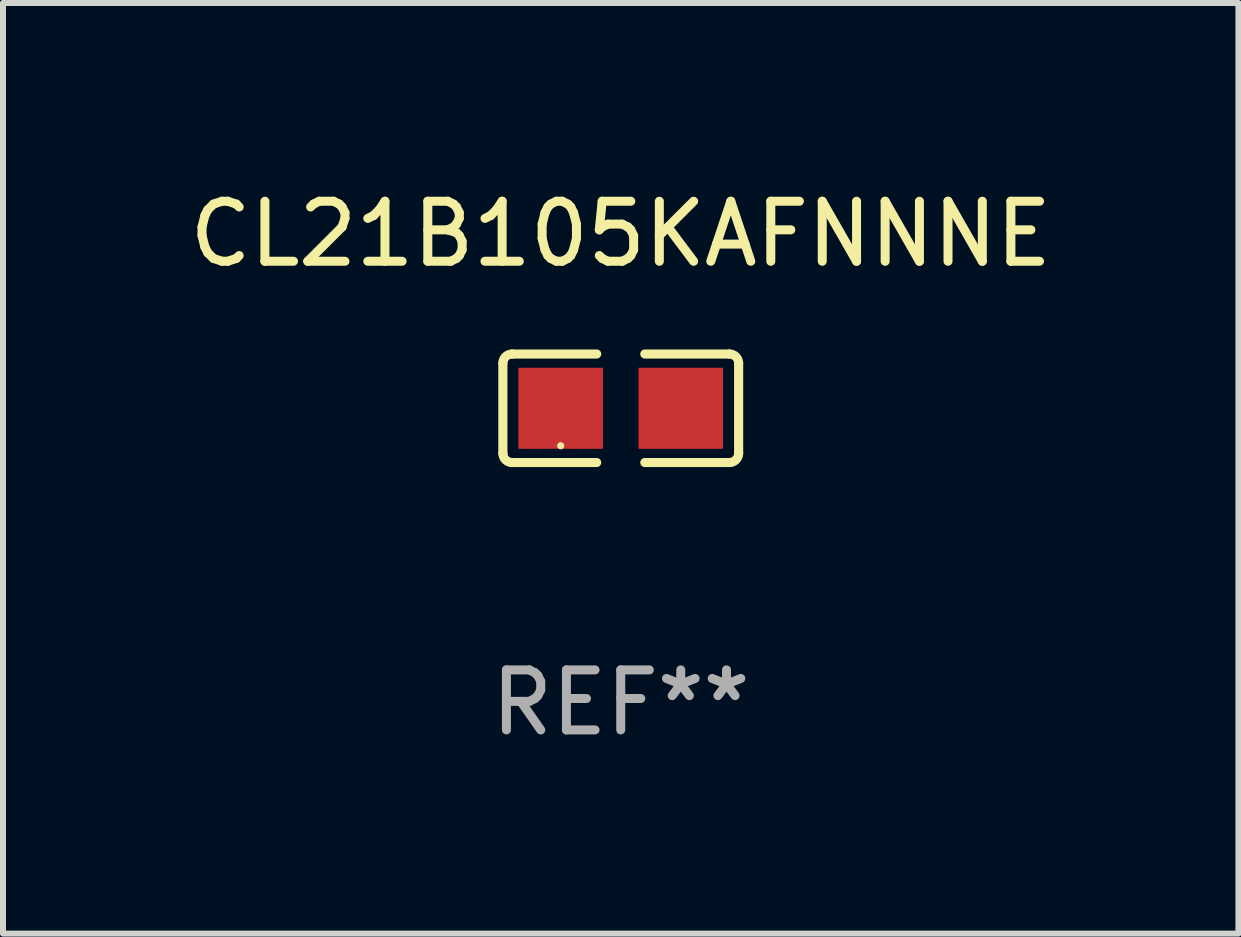
<source format=kicad_pcb>
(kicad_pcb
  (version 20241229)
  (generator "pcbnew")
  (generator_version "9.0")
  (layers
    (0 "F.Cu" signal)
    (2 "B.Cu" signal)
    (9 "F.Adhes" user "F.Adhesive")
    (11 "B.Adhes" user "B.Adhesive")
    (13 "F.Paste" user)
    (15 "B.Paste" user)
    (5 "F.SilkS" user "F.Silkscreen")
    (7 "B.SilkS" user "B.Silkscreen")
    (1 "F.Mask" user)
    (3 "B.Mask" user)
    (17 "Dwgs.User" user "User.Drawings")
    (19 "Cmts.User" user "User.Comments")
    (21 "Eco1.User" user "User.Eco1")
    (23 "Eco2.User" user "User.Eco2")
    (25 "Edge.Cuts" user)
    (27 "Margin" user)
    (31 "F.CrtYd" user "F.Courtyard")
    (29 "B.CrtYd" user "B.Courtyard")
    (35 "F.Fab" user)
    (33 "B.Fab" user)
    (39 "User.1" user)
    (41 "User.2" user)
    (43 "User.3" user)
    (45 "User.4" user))
  (footprint "CL21B105KAFNNNE"
    (layer "F.Cu")
    (at 7.292 3.752)
    (property "Reference" "CL21B105KAFNNNE" (at 0 -2.904 0) (layer "F.SilkS") (effects (font (size 1 1) (thickness 0.15))))
    (attr through_hole)
    (fp_line (start -1.964 0.751) (end -1.964 -0.751) (stroke (width 0.152) (type solid)) (layer "F.SilkS"))
    (fp_line (start -1.811 -0.904) (end -0.401 -0.904) (stroke (width 0.152) (type solid)) (layer "F.SilkS"))
    (fp_line (start -0.401 0.904) (end -1.811 0.904) (stroke (width 0.152) (type solid)) (layer "F.SilkS"))
    (fp_line (start 0.401 0.904) (end 1.811 0.904) (stroke (width 0.152) (type solid)) (layer "F.SilkS"))
    (fp_line (start 1.811 -0.904) (end 0.401 -0.904) (stroke (width 0.152) (type solid)) (layer "F.SilkS"))
    (fp_line (start 1.964 0.751) (end 1.964 -0.751) (stroke (width 0.152) (type solid)) (layer "F.SilkS"))
    (fp_arc (start -1.963602 -0.751207) (mid -1.918965 -0.858971) (end -1.811201 -0.903608) (stroke (width 0.1524) (type solid)) (layer "F.SilkS"))
    (fp_arc (start -1.811201 0.903607) (mid -1.918964 0.85897) (end -1.963601 0.751207) (stroke (width 0.1524) (type solid)) (layer "F.SilkS"))
    (fp_arc (start 1.811201 -0.903607) (mid 1.918964 -0.85897) (end 1.963601 -0.751207) (stroke (width 0.1524) (type solid)) (layer "F.SilkS"))
    (fp_arc (start 1.963602 0.751207) (mid 1.918965 0.858971) (end 1.811201 0.903608) (stroke (width 0.1524) (type solid)) (layer "F.SilkS"))
    (fp_circle (center -1 0.625) (end -0.97 0.625) (stroke (width 0.06) (type solid)) (fill no) (layer "F.SilkS"))
    (fp_text user "REF**" (at 0 4.904 0) (layer "F.Fab") (effects (font (size 1 1) (thickness 0.15))))
    (pad "1" smd rect (at -1 0) (size 1.41 1.35) (layers "F.Cu" "F.Mask" "F.Paste"))
    (pad "2" smd rect (at 1 0) (size 1.41 1.35) (layers "F.Cu" "F.Mask" "F.Paste")))
  (gr_rect
    (start -3 -3)
    (end 17.583 12.504)
    (stroke (width 0.1) (type default))
    (fill no)
    (layer "Edge.Cuts")))
</source>
